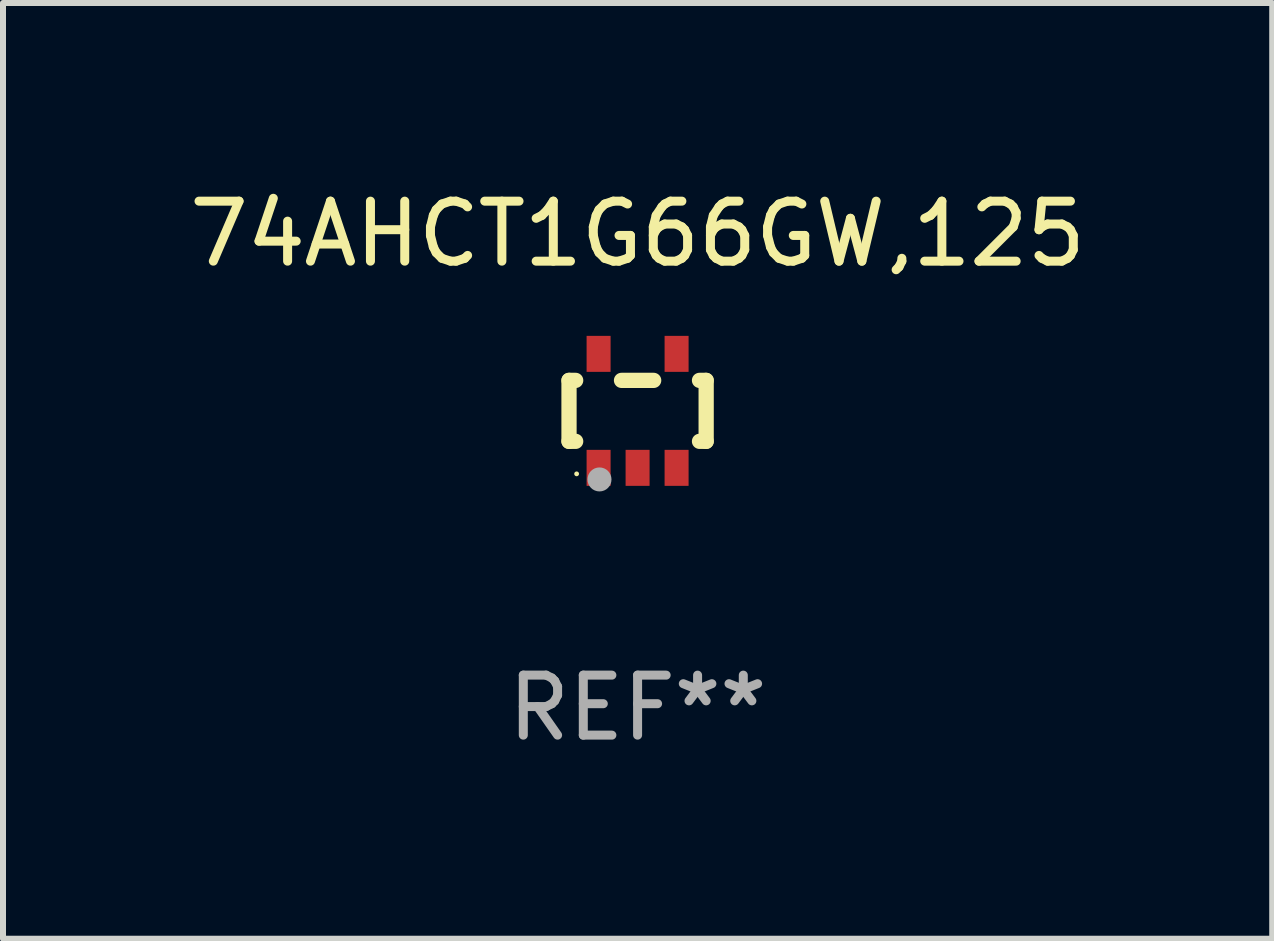
<source format=kicad_pcb>
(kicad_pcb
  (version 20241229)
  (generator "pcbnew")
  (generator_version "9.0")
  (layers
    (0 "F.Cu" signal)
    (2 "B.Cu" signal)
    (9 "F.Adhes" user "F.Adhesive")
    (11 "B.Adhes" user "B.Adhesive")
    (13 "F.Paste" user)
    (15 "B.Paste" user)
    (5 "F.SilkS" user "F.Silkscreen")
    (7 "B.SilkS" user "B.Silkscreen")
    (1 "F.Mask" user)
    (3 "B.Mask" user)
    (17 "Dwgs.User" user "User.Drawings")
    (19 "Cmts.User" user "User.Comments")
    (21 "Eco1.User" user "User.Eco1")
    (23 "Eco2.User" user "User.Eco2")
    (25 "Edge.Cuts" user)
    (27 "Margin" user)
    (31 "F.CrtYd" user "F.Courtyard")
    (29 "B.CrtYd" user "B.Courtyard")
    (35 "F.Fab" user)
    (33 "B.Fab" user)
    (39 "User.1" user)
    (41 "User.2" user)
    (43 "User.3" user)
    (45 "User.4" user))
  (footprint "74AHCT1G66GW,125"
    (layer "F.Cu")
    (at 7.577 3.798)
    (property "Reference" "74AHCT1G66GW,125" (at 0 -2.95 0) (layer "F.SilkS") (effects (font (size 1 1) (thickness 0.15))))
    (attr through_hole)
    (fp_line (start -1.143 -0.508) (end -1.032 -0.508) (stroke (width 0.254) (type solid)) (layer "F.SilkS"))
    (fp_line (start -1.143 0.508) (end -1.143 -0.508) (stroke (width 0.254) (type solid)) (layer "F.SilkS"))
    (fp_line (start -1.032 0.508) (end -1.143 0.508) (stroke (width 0.254) (type solid)) (layer "F.SilkS"))
    (fp_line (start -0.268 -0.508) (end 0.268 -0.508) (stroke (width 0.254) (type solid)) (layer "F.SilkS"))
    (fp_line (start 1.032 -0.508) (end 1.143 -0.508) (stroke (width 0.254) (type solid)) (layer "F.SilkS"))
    (fp_line (start 1.143 -0.508) (end 1.143 0.508) (stroke (width 0.254) (type solid)) (layer "F.SilkS"))
    (fp_line (start 1.143 0.508) (end 1.032 0.508) (stroke (width 0.254) (type solid)) (layer "F.SilkS"))
    (fp_circle (center -1.016 1.05) (end -0.996 1.05) (stroke (width 0.04) (type solid)) (fill no) (layer "F.SilkS"))
    (fp_circle (center -0.635 1.143) (end -0.535 1.143) (stroke (width 0.2) (type solid)) (fill no) (layer "F.Fab"))
    (fp_text user "REF**" (at 0 4.95 0) (layer "F.Fab") (effects (font (size 1 1) (thickness 0.15))))
    (pad "1" smd rect (at -0.65 0.95) (size 0.4 0.6) (layers "F.Cu" "F.Mask" "F.Paste"))
    (pad "2" smd rect (at 0 0.95) (size 0.4 0.6) (layers "F.Cu" "F.Mask" "F.Paste"))
    (pad "3" smd rect (at 0.65 0.95) (size 0.4 0.6) (layers "F.Cu" "F.Mask" "F.Paste"))
    (pad "4" smd rect (at 0.65 -0.95) (size 0.4 0.6) (layers "F.Cu" "F.Mask" "F.Paste"))
    (pad "5" smd rect (at -0.65 -0.95) (size 0.4 0.6) (layers "F.Cu" "F.Mask" "F.Paste")))
  (gr_rect
    (start -3 -3)
    (end 18.155 12.596)
    (stroke (width 0.1) (type default))
    (fill no)
    (layer "Edge.Cuts")))
</source>
